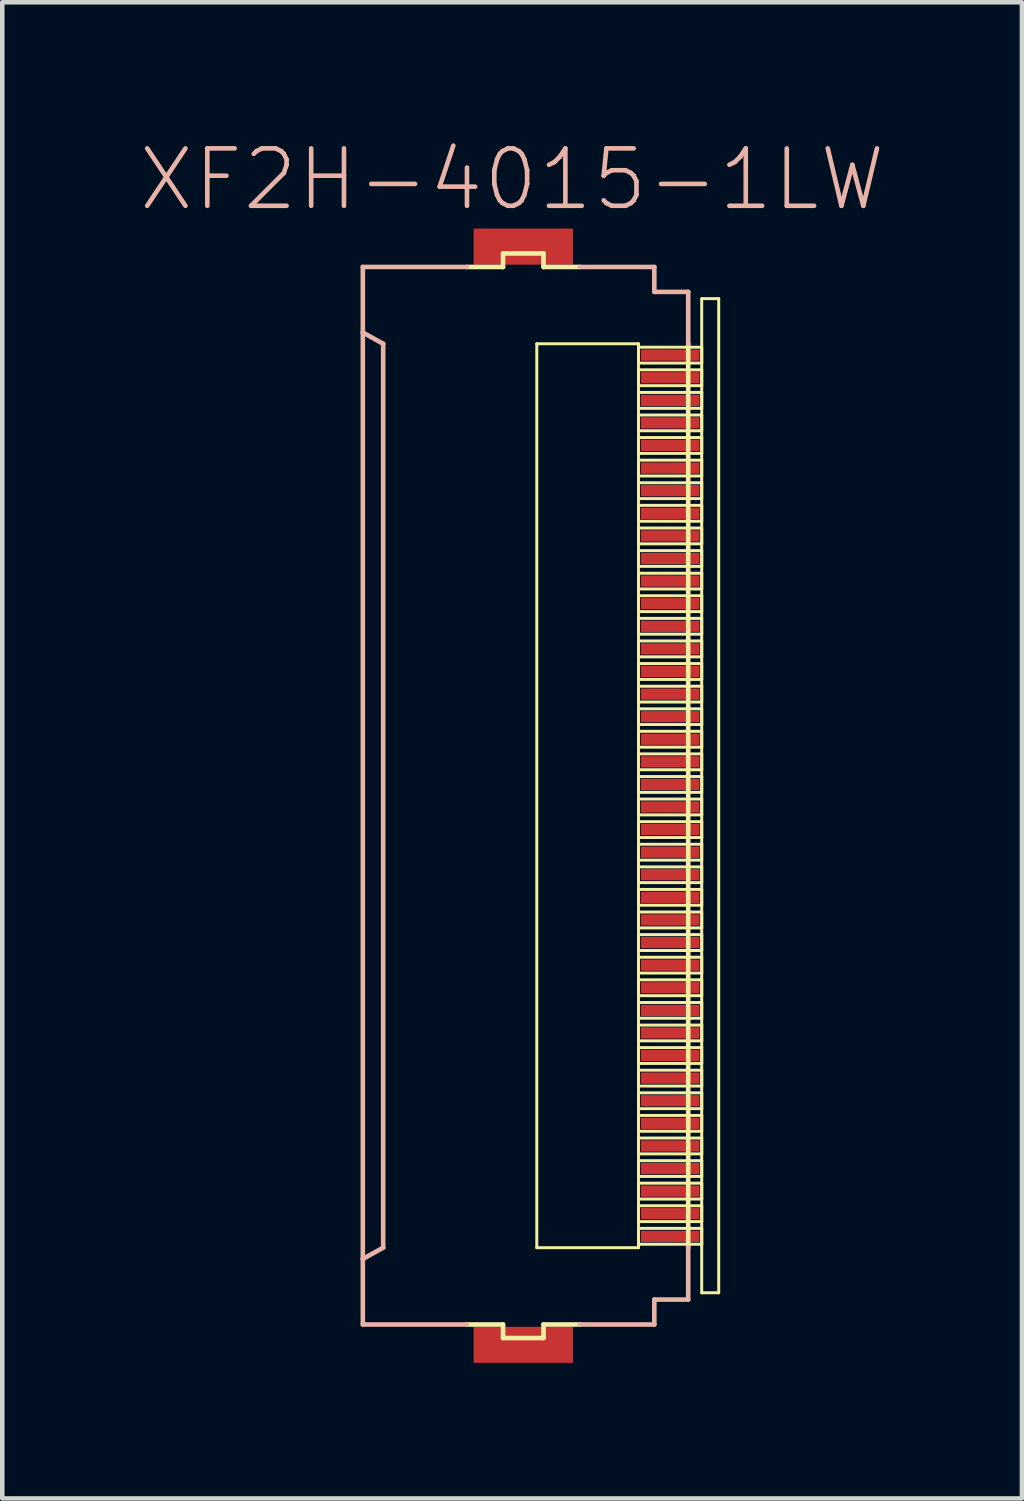
<source format=kicad_pcb>
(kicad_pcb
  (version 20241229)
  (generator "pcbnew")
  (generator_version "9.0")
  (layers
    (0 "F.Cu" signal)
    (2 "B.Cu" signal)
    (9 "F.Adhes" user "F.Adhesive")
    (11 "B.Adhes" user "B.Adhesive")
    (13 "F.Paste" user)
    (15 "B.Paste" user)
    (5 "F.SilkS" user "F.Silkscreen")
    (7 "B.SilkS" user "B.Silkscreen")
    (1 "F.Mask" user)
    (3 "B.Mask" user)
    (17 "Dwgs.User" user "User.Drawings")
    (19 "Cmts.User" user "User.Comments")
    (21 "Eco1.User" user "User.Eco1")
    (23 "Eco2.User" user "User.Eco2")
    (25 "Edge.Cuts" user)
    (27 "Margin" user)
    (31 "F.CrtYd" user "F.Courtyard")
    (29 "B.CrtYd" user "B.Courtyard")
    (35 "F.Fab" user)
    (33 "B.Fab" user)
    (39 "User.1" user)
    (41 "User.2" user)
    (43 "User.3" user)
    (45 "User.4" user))
  (footprint "XF2H-4015-1LW"
    (layer "F.Cu")
    (at 8.603 14.556)
    (property "Reference" "XF2H-4015-1LW" (at -0.323 -13.635 0) (layer "B.SilkS") (effects (font (size 1.27 1.27) (thickness 0.102))))
    (attr smd)
    (fp_line (start -1.323 -11.699) (end -0.523 -11.699) (stroke (width 0.102) (type solid)) (layer "F.SilkS"))
    (fp_line (start -0.523 -11.999) (end 0.373 -11.999) (stroke (width 0.102) (type solid)) (layer "F.SilkS"))
    (fp_line (start -0.523 -11.699) (end -0.523 -11.999) (stroke (width 0.102) (type solid)) (layer "F.SilkS"))
    (fp_line (start -0.523 11.699) (end -1.323 11.699) (stroke (width 0.102) (type solid)) (layer "F.SilkS"))
    (fp_line (start -0.523 11.999) (end -0.523 11.699) (stroke (width 0.102) (type solid)) (layer "F.SilkS"))
    (fp_line (start 0.224 -10) (end 2.474 -10) (stroke (width 0.066) (type solid)) (layer "F.SilkS"))
    (fp_line (start 0.224 10) (end 0.224 -10) (stroke (width 0.066) (type solid)) (layer "F.SilkS"))
    (fp_line (start 0.224 10) (end 2.474 10) (stroke (width 0.066) (type solid)) (layer "F.SilkS"))
    (fp_line (start 0.373 -11.999) (end 0.373 -11.699) (stroke (width 0.102) (type solid)) (layer "F.SilkS"))
    (fp_line (start 0.373 -11.699) (end 1.173 -11.699) (stroke (width 0.102) (type solid)) (layer "F.SilkS"))
    (fp_line (start 0.373 11.699) (end 0.373 11.999) (stroke (width 0.102) (type solid)) (layer "F.SilkS"))
    (fp_line (start 0.373 11.999) (end -0.523 11.999) (stroke (width 0.102) (type solid)) (layer "F.SilkS"))
    (fp_line (start 1.173 11.699) (end 0.373 11.699) (stroke (width 0.102) (type solid)) (layer "F.SilkS"))
    (fp_line (start 2.474 -9.924) (end 3.873 -9.924) (stroke (width 0.066) (type solid)) (layer "F.SilkS"))
    (fp_line (start 2.474 -9.573) (end 2.474 -9.924) (stroke (width 0.066) (type solid)) (layer "F.SilkS"))
    (fp_line (start 2.474 -9.573) (end 3.873 -9.573) (stroke (width 0.066) (type solid)) (layer "F.SilkS"))
    (fp_line (start 2.474 -9.423) (end 3.873 -9.423) (stroke (width 0.066) (type solid)) (layer "F.SilkS"))
    (fp_line (start 2.474 -9.073) (end 2.474 -9.423) (stroke (width 0.066) (type solid)) (layer "F.SilkS"))
    (fp_line (start 2.474 -9.073) (end 3.873 -9.073) (stroke (width 0.066) (type solid)) (layer "F.SilkS"))
    (fp_line (start 2.474 -8.923) (end 3.873 -8.923) (stroke (width 0.066) (type solid)) (layer "F.SilkS"))
    (fp_line (start 2.474 -8.572) (end 2.474 -8.923) (stroke (width 0.066) (type solid)) (layer "F.SilkS"))
    (fp_line (start 2.474 -8.572) (end 3.873 -8.572) (stroke (width 0.066) (type solid)) (layer "F.SilkS"))
    (fp_line (start 2.474 -8.423) (end 3.873 -8.423) (stroke (width 0.066) (type solid)) (layer "F.SilkS"))
    (fp_line (start 2.474 -8.075) (end 2.474 -8.423) (stroke (width 0.066) (type solid)) (layer "F.SilkS"))
    (fp_line (start 2.474 -8.075) (end 3.873 -8.075) (stroke (width 0.066) (type solid)) (layer "F.SilkS"))
    (fp_line (start 2.474 -7.925) (end 3.873 -7.925) (stroke (width 0.066) (type solid)) (layer "F.SilkS"))
    (fp_line (start 2.474 -7.574) (end 2.474 -7.925) (stroke (width 0.066) (type solid)) (layer "F.SilkS"))
    (fp_line (start 2.474 -7.574) (end 3.873 -7.574) (stroke (width 0.066) (type solid)) (layer "F.SilkS"))
    (fp_line (start 2.474 -7.424) (end 3.873 -7.424) (stroke (width 0.066) (type solid)) (layer "F.SilkS"))
    (fp_line (start 2.474 -7.074) (end 2.474 -7.424) (stroke (width 0.066) (type solid)) (layer "F.SilkS"))
    (fp_line (start 2.474 -7.074) (end 3.873 -7.074) (stroke (width 0.066) (type solid)) (layer "F.SilkS"))
    (fp_line (start 2.474 -6.924) (end 3.873 -6.924) (stroke (width 0.066) (type solid)) (layer "F.SilkS"))
    (fp_line (start 2.474 -6.574) (end 2.474 -6.924) (stroke (width 0.066) (type solid)) (layer "F.SilkS"))
    (fp_line (start 2.474 -6.574) (end 3.873 -6.574) (stroke (width 0.066) (type solid)) (layer "F.SilkS"))
    (fp_line (start 2.474 -6.424) (end 3.873 -6.424) (stroke (width 0.066) (type solid)) (layer "F.SilkS"))
    (fp_line (start 2.474 -6.073) (end 2.474 -6.424) (stroke (width 0.066) (type solid)) (layer "F.SilkS"))
    (fp_line (start 2.474 -6.073) (end 3.873 -6.073) (stroke (width 0.066) (type solid)) (layer "F.SilkS"))
    (fp_line (start 2.474 -5.923) (end 3.873 -5.923) (stroke (width 0.066) (type solid)) (layer "F.SilkS"))
    (fp_line (start 2.474 -5.573) (end 2.474 -5.923) (stroke (width 0.066) (type solid)) (layer "F.SilkS"))
    (fp_line (start 2.474 -5.573) (end 3.873 -5.573) (stroke (width 0.066) (type solid)) (layer "F.SilkS"))
    (fp_line (start 2.474 -5.423) (end 3.873 -5.423) (stroke (width 0.066) (type solid)) (layer "F.SilkS"))
    (fp_line (start 2.474 -5.075) (end 2.474 -5.423) (stroke (width 0.066) (type solid)) (layer "F.SilkS"))
    (fp_line (start 2.474 -5.075) (end 3.873 -5.075) (stroke (width 0.066) (type solid)) (layer "F.SilkS"))
    (fp_line (start 2.474 -4.923) (end 3.873 -4.923) (stroke (width 0.066) (type solid)) (layer "F.SilkS"))
    (fp_line (start 2.474 -4.575) (end 2.474 -4.923) (stroke (width 0.066) (type solid)) (layer "F.SilkS"))
    (fp_line (start 2.474 -4.575) (end 3.873 -4.575) (stroke (width 0.066) (type solid)) (layer "F.SilkS"))
    (fp_line (start 2.474 -4.425) (end 3.873 -4.425) (stroke (width 0.066) (type solid)) (layer "F.SilkS"))
    (fp_line (start 2.474 -4.074) (end 2.474 -4.425) (stroke (width 0.066) (type solid)) (layer "F.SilkS"))
    (fp_line (start 2.474 -4.074) (end 3.873 -4.074) (stroke (width 0.066) (type solid)) (layer "F.SilkS"))
    (fp_line (start 2.474 -3.924) (end 3.873 -3.924) (stroke (width 0.066) (type solid)) (layer "F.SilkS"))
    (fp_line (start 2.474 -3.574) (end 2.474 -3.924) (stroke (width 0.066) (type solid)) (layer "F.SilkS"))
    (fp_line (start 2.474 -3.574) (end 3.873 -3.574) (stroke (width 0.066) (type solid)) (layer "F.SilkS"))
    (fp_line (start 2.474 -3.424) (end 3.873 -3.424) (stroke (width 0.066) (type solid)) (layer "F.SilkS"))
    (fp_line (start 2.474 -3.073) (end 2.474 -3.424) (stroke (width 0.066) (type solid)) (layer "F.SilkS"))
    (fp_line (start 2.474 -3.073) (end 3.873 -3.073) (stroke (width 0.066) (type solid)) (layer "F.SilkS"))
    (fp_line (start 2.474 -2.924) (end 3.873 -2.924) (stroke (width 0.066) (type solid)) (layer "F.SilkS"))
    (fp_line (start 2.474 -2.573) (end 2.474 -2.924) (stroke (width 0.066) (type solid)) (layer "F.SilkS"))
    (fp_line (start 2.474 -2.573) (end 3.873 -2.573) (stroke (width 0.066) (type solid)) (layer "F.SilkS"))
    (fp_line (start 2.474 -2.423) (end 3.873 -2.423) (stroke (width 0.066) (type solid)) (layer "F.SilkS"))
    (fp_line (start 2.474 -2.073) (end 2.474 -2.423) (stroke (width 0.066) (type solid)) (layer "F.SilkS"))
    (fp_line (start 2.474 -2.073) (end 3.873 -2.073) (stroke (width 0.066) (type solid)) (layer "F.SilkS"))
    (fp_line (start 2.474 -1.923) (end 3.873 -1.923) (stroke (width 0.066) (type solid)) (layer "F.SilkS"))
    (fp_line (start 2.474 -1.575) (end 2.474 -1.923) (stroke (width 0.066) (type solid)) (layer "F.SilkS"))
    (fp_line (start 2.474 -1.575) (end 3.873 -1.575) (stroke (width 0.066) (type solid)) (layer "F.SilkS"))
    (fp_line (start 2.474 -1.425) (end 3.873 -1.425) (stroke (width 0.066) (type solid)) (layer "F.SilkS"))
    (fp_line (start 2.474 -1.074) (end 2.474 -1.425) (stroke (width 0.066) (type solid)) (layer "F.SilkS"))
    (fp_line (start 2.474 -1.074) (end 3.873 -1.074) (stroke (width 0.066) (type solid)) (layer "F.SilkS"))
    (fp_line (start 2.474 -0.925) (end 3.873 -0.925) (stroke (width 0.066) (type solid)) (layer "F.SilkS"))
    (fp_line (start 2.474 -0.574) (end 2.474 -0.925) (stroke (width 0.066) (type solid)) (layer "F.SilkS"))
    (fp_line (start 2.474 -0.574) (end 3.873 -0.574) (stroke (width 0.066) (type solid)) (layer "F.SilkS"))
    (fp_line (start 2.474 -0.424) (end 3.873 -0.424) (stroke (width 0.066) (type solid)) (layer "F.SilkS"))
    (fp_line (start 2.474 -0.074) (end 2.474 -0.424) (stroke (width 0.066) (type solid)) (layer "F.SilkS"))
    (fp_line (start 2.474 -0.074) (end 3.873 -0.074) (stroke (width 0.066) (type solid)) (layer "F.SilkS"))
    (fp_line (start 2.474 0.074) (end 3.873 0.074) (stroke (width 0.066) (type solid)) (layer "F.SilkS"))
    (fp_line (start 2.474 0.424) (end 2.474 0.074) (stroke (width 0.066) (type solid)) (layer "F.SilkS"))
    (fp_line (start 2.474 0.424) (end 3.873 0.424) (stroke (width 0.066) (type solid)) (layer "F.SilkS"))
    (fp_line (start 2.474 0.574) (end 3.873 0.574) (stroke (width 0.066) (type solid)) (layer "F.SilkS"))
    (fp_line (start 2.474 0.925) (end 2.474 0.574) (stroke (width 0.066) (type solid)) (layer "F.SilkS"))
    (fp_line (start 2.474 0.925) (end 3.873 0.925) (stroke (width 0.066) (type solid)) (layer "F.SilkS"))
    (fp_line (start 2.474 1.074) (end 3.873 1.074) (stroke (width 0.066) (type solid)) (layer "F.SilkS"))
    (fp_line (start 2.474 1.425) (end 2.474 1.074) (stroke (width 0.066) (type solid)) (layer "F.SilkS"))
    (fp_line (start 2.474 1.425) (end 3.873 1.425) (stroke (width 0.066) (type solid)) (layer "F.SilkS"))
    (fp_line (start 2.474 1.575) (end 3.873 1.575) (stroke (width 0.066) (type solid)) (layer "F.SilkS"))
    (fp_line (start 2.474 1.923) (end 2.474 1.575) (stroke (width 0.066) (type solid)) (layer "F.SilkS"))
    (fp_line (start 2.474 1.923) (end 3.873 1.923) (stroke (width 0.066) (type solid)) (layer "F.SilkS"))
    (fp_line (start 2.474 2.073) (end 3.873 2.073) (stroke (width 0.066) (type solid)) (layer "F.SilkS"))
    (fp_line (start 2.474 2.423) (end 2.474 2.073) (stroke (width 0.066) (type solid)) (layer "F.SilkS"))
    (fp_line (start 2.474 2.423) (end 3.873 2.423) (stroke (width 0.066) (type solid)) (layer "F.SilkS"))
    (fp_line (start 2.474 2.573) (end 3.873 2.573) (stroke (width 0.066) (type solid)) (layer "F.SilkS"))
    (fp_line (start 2.474 2.924) (end 2.474 2.573) (stroke (width 0.066) (type solid)) (layer "F.SilkS"))
    (fp_line (start 2.474 2.924) (end 3.873 2.924) (stroke (width 0.066) (type solid)) (layer "F.SilkS"))
    (fp_line (start 2.474 3.073) (end 3.873 3.073) (stroke (width 0.066) (type solid)) (layer "F.SilkS"))
    (fp_line (start 2.474 3.424) (end 2.474 3.073) (stroke (width 0.066) (type solid)) (layer "F.SilkS"))
    (fp_line (start 2.474 3.424) (end 3.873 3.424) (stroke (width 0.066) (type solid)) (layer "F.SilkS"))
    (fp_line (start 2.474 3.574) (end 3.873 3.574) (stroke (width 0.066) (type solid)) (layer "F.SilkS"))
    (fp_line (start 2.474 3.924) (end 2.474 3.574) (stroke (width 0.066) (type solid)) (layer "F.SilkS"))
    (fp_line (start 2.474 3.924) (end 3.873 3.924) (stroke (width 0.066) (type solid)) (layer "F.SilkS"))
    (fp_line (start 2.474 4.074) (end 3.873 4.074) (stroke (width 0.066) (type solid)) (layer "F.SilkS"))
    (fp_line (start 2.474 4.425) (end 2.474 4.074) (stroke (width 0.066) (type solid)) (layer "F.SilkS"))
    (fp_line (start 2.474 4.425) (end 3.873 4.425) (stroke (width 0.066) (type solid)) (layer "F.SilkS"))
    (fp_line (start 2.474 4.575) (end 3.873 4.575) (stroke (width 0.066) (type solid)) (layer "F.SilkS"))
    (fp_line (start 2.474 4.923) (end 2.474 4.575) (stroke (width 0.066) (type solid)) (layer "F.SilkS"))
    (fp_line (start 2.474 4.923) (end 3.873 4.923) (stroke (width 0.066) (type solid)) (layer "F.SilkS"))
    (fp_line (start 2.474 5.075) (end 3.873 5.075) (stroke (width 0.066) (type solid)) (layer "F.SilkS"))
    (fp_line (start 2.474 5.423) (end 2.474 5.075) (stroke (width 0.066) (type solid)) (layer "F.SilkS"))
    (fp_line (start 2.474 5.423) (end 3.873 5.423) (stroke (width 0.066) (type solid)) (layer "F.SilkS"))
    (fp_line (start 2.474 5.573) (end 3.873 5.573) (stroke (width 0.066) (type solid)) (layer "F.SilkS"))
    (fp_line (start 2.474 5.923) (end 2.474 5.573) (stroke (width 0.066) (type solid)) (layer "F.SilkS"))
    (fp_line (start 2.474 5.923) (end 3.873 5.923) (stroke (width 0.066) (type solid)) (layer "F.SilkS"))
    (fp_line (start 2.474 6.073) (end 3.873 6.073) (stroke (width 0.066) (type solid)) (layer "F.SilkS"))
    (fp_line (start 2.474 6.424) (end 2.474 6.073) (stroke (width 0.066) (type solid)) (layer "F.SilkS"))
    (fp_line (start 2.474 6.424) (end 3.873 6.424) (stroke (width 0.066) (type solid)) (layer "F.SilkS"))
    (fp_line (start 2.474 6.574) (end 3.873 6.574) (stroke (width 0.066) (type solid)) (layer "F.SilkS"))
    (fp_line (start 2.474 6.924) (end 2.474 6.574) (stroke (width 0.066) (type solid)) (layer "F.SilkS"))
    (fp_line (start 2.474 6.924) (end 3.873 6.924) (stroke (width 0.066) (type solid)) (layer "F.SilkS"))
    (fp_line (start 2.474 7.074) (end 3.873 7.074) (stroke (width 0.066) (type solid)) (layer "F.SilkS"))
    (fp_line (start 2.474 7.424) (end 2.474 7.074) (stroke (width 0.066) (type solid)) (layer "F.SilkS"))
    (fp_line (start 2.474 7.424) (end 3.873 7.424) (stroke (width 0.066) (type solid)) (layer "F.SilkS"))
    (fp_line (start 2.474 7.574) (end 3.873 7.574) (stroke (width 0.066) (type solid)) (layer "F.SilkS"))
    (fp_line (start 2.474 7.925) (end 2.474 7.574) (stroke (width 0.066) (type solid)) (layer "F.SilkS"))
    (fp_line (start 2.474 7.925) (end 3.873 7.925) (stroke (width 0.066) (type solid)) (layer "F.SilkS"))
    (fp_line (start 2.474 8.075) (end 3.873 8.075) (stroke (width 0.066) (type solid)) (layer "F.SilkS"))
    (fp_line (start 2.474 8.423) (end 2.474 8.075) (stroke (width 0.066) (type solid)) (layer "F.SilkS"))
    (fp_line (start 2.474 8.423) (end 3.873 8.423) (stroke (width 0.066) (type solid)) (layer "F.SilkS"))
    (fp_line (start 2.474 8.572) (end 3.873 8.572) (stroke (width 0.066) (type solid)) (layer "F.SilkS"))
    (fp_line (start 2.474 8.923) (end 2.474 8.572) (stroke (width 0.066) (type solid)) (layer "F.SilkS"))
    (fp_line (start 2.474 8.923) (end 3.873 8.923) (stroke (width 0.066) (type solid)) (layer "F.SilkS"))
    (fp_line (start 2.474 9.073) (end 3.873 9.073) (stroke (width 0.066) (type solid)) (layer "F.SilkS"))
    (fp_line (start 2.474 9.423) (end 2.474 9.073) (stroke (width 0.066) (type solid)) (layer "F.SilkS"))
    (fp_line (start 2.474 9.423) (end 3.873 9.423) (stroke (width 0.066) (type solid)) (layer "F.SilkS"))
    (fp_line (start 2.474 9.573) (end 3.873 9.573) (stroke (width 0.066) (type solid)) (layer "F.SilkS"))
    (fp_line (start 2.474 9.924) (end 2.474 9.573) (stroke (width 0.066) (type solid)) (layer "F.SilkS"))
    (fp_line (start 2.474 9.924) (end 3.873 9.924) (stroke (width 0.066) (type solid)) (layer "F.SilkS"))
    (fp_line (start 2.474 10) (end 2.474 -10) (stroke (width 0.066) (type solid)) (layer "F.SilkS"))
    (fp_line (start 3.574 -10) (end 3.574 10) (stroke (width 0.102) (type solid)) (layer "F.SilkS"))
    (fp_line (start 3.873 -10.998) (end 4.249 -10.998) (stroke (width 0.066) (type solid)) (layer "F.SilkS"))
    (fp_line (start 3.873 -9.573) (end 3.873 -9.924) (stroke (width 0.066) (type solid)) (layer "F.SilkS"))
    (fp_line (start 3.873 -9.073) (end 3.873 -9.423) (stroke (width 0.066) (type solid)) (layer "F.SilkS"))
    (fp_line (start 3.873 -8.572) (end 3.873 -8.923) (stroke (width 0.066) (type solid)) (layer "F.SilkS"))
    (fp_line (start 3.873 -8.075) (end 3.873 -8.423) (stroke (width 0.066) (type solid)) (layer "F.SilkS"))
    (fp_line (start 3.873 -7.574) (end 3.873 -7.925) (stroke (width 0.066) (type solid)) (layer "F.SilkS"))
    (fp_line (start 3.873 -7.074) (end 3.873 -7.424) (stroke (width 0.066) (type solid)) (layer "F.SilkS"))
    (fp_line (start 3.873 -6.574) (end 3.873 -6.924) (stroke (width 0.066) (type solid)) (layer "F.SilkS"))
    (fp_line (start 3.873 -6.073) (end 3.873 -6.424) (stroke (width 0.066) (type solid)) (layer "F.SilkS"))
    (fp_line (start 3.873 -5.573) (end 3.873 -5.923) (stroke (width 0.066) (type solid)) (layer "F.SilkS"))
    (fp_line (start 3.873 -5.075) (end 3.873 -5.423) (stroke (width 0.066) (type solid)) (layer "F.SilkS"))
    (fp_line (start 3.873 -4.575) (end 3.873 -4.923) (stroke (width 0.066) (type solid)) (layer "F.SilkS"))
    (fp_line (start 3.873 -4.074) (end 3.873 -4.425) (stroke (width 0.066) (type solid)) (layer "F.SilkS"))
    (fp_line (start 3.873 -3.574) (end 3.873 -3.924) (stroke (width 0.066) (type solid)) (layer "F.SilkS"))
    (fp_line (start 3.873 -3.073) (end 3.873 -3.424) (stroke (width 0.066) (type solid)) (layer "F.SilkS"))
    (fp_line (start 3.873 -2.573) (end 3.873 -2.924) (stroke (width 0.066) (type solid)) (layer "F.SilkS"))
    (fp_line (start 3.873 -2.073) (end 3.873 -2.423) (stroke (width 0.066) (type solid)) (layer "F.SilkS"))
    (fp_line (start 3.873 -1.575) (end 3.873 -1.923) (stroke (width 0.066) (type solid)) (layer "F.SilkS"))
    (fp_line (start 3.873 -1.074) (end 3.873 -1.425) (stroke (width 0.066) (type solid)) (layer "F.SilkS"))
    (fp_line (start 3.873 -0.574) (end 3.873 -0.925) (stroke (width 0.066) (type solid)) (layer "F.SilkS"))
    (fp_line (start 3.873 -0.074) (end 3.873 -0.424) (stroke (width 0.066) (type solid)) (layer "F.SilkS"))
    (fp_line (start 3.873 0.424) (end 3.873 0.074) (stroke (width 0.066) (type solid)) (layer "F.SilkS"))
    (fp_line (start 3.873 0.925) (end 3.873 0.574) (stroke (width 0.066) (type solid)) (layer "F.SilkS"))
    (fp_line (start 3.873 1.425) (end 3.873 1.074) (stroke (width 0.066) (type solid)) (layer "F.SilkS"))
    (fp_line (start 3.873 1.923) (end 3.873 1.575) (stroke (width 0.066) (type solid)) (layer "F.SilkS"))
    (fp_line (start 3.873 2.423) (end 3.873 2.073) (stroke (width 0.066) (type solid)) (layer "F.SilkS"))
    (fp_line (start 3.873 2.924) (end 3.873 2.573) (stroke (width 0.066) (type solid)) (layer "F.SilkS"))
    (fp_line (start 3.873 3.424) (end 3.873 3.073) (stroke (width 0.066) (type solid)) (layer "F.SilkS"))
    (fp_line (start 3.873 3.924) (end 3.873 3.574) (stroke (width 0.066) (type solid)) (layer "F.SilkS"))
    (fp_line (start 3.873 4.425) (end 3.873 4.074) (stroke (width 0.066) (type solid)) (layer "F.SilkS"))
    (fp_line (start 3.873 4.923) (end 3.873 4.575) (stroke (width 0.066) (type solid)) (layer "F.SilkS"))
    (fp_line (start 3.873 5.423) (end 3.873 5.075) (stroke (width 0.066) (type solid)) (layer "F.SilkS"))
    (fp_line (start 3.873 5.923) (end 3.873 5.573) (stroke (width 0.066) (type solid)) (layer "F.SilkS"))
    (fp_line (start 3.873 6.424) (end 3.873 6.073) (stroke (width 0.066) (type solid)) (layer "F.SilkS"))
    (fp_line (start 3.873 6.924) (end 3.873 6.574) (stroke (width 0.066) (type solid)) (layer "F.SilkS"))
    (fp_line (start 3.873 7.424) (end 3.873 7.074) (stroke (width 0.066) (type solid)) (layer "F.SilkS"))
    (fp_line (start 3.873 7.925) (end 3.873 7.574) (stroke (width 0.066) (type solid)) (layer "F.SilkS"))
    (fp_line (start 3.873 8.423) (end 3.873 8.075) (stroke (width 0.066) (type solid)) (layer "F.SilkS"))
    (fp_line (start 3.873 8.923) (end 3.873 8.572) (stroke (width 0.066) (type solid)) (layer "F.SilkS"))
    (fp_line (start 3.873 9.423) (end 3.873 9.073) (stroke (width 0.066) (type solid)) (layer "F.SilkS"))
    (fp_line (start 3.873 9.924) (end 3.873 9.573) (stroke (width 0.066) (type solid)) (layer "F.SilkS"))
    (fp_line (start 3.873 10.998) (end 3.873 -10.998) (stroke (width 0.066) (type solid)) (layer "F.SilkS"))
    (fp_line (start 3.873 10.998) (end 4.249 10.998) (stroke (width 0.066) (type solid)) (layer "F.SilkS"))
    (fp_line (start 4.249 10.998) (end 4.249 -10.998) (stroke (width 0.066) (type solid)) (layer "F.SilkS"))
    (fp_line (start -3.625 -11.699) (end -1.323 -11.699) (stroke (width 0.102) (type solid)) (layer "B.SilkS"))
    (fp_line (start -3.625 -10.249) (end -3.625 -11.699) (stroke (width 0.102) (type solid)) (layer "B.SilkS"))
    (fp_line (start -3.625 -10.249) (end -3.625 10.249) (stroke (width 0.102) (type solid)) (layer "B.SilkS"))
    (fp_line (start -3.625 10.249) (end -3.175 10) (stroke (width 0.102) (type solid)) (layer "B.SilkS"))
    (fp_line (start -3.625 11.699) (end -3.625 10.249) (stroke (width 0.102) (type solid)) (layer "B.SilkS"))
    (fp_line (start -3.175 -10) (end -3.625 -10.249) (stroke (width 0.102) (type solid)) (layer "B.SilkS"))
    (fp_line (start -3.175 10) (end -3.175 -10) (stroke (width 0.102) (type solid)) (layer "B.SilkS"))
    (fp_line (start -1.323 11.699) (end -3.625 11.699) (stroke (width 0.102) (type solid)) (layer "B.SilkS"))
    (fp_line (start 1.173 -11.699) (end 2.824 -11.699) (stroke (width 0.102) (type solid)) (layer "B.SilkS"))
    (fp_line (start 1.173 11.699) (end 2.824 11.699) (stroke (width 0.102) (type solid)) (layer "B.SilkS"))
    (fp_line (start 2.824 -11.699) (end 2.824 -11.148) (stroke (width 0.102) (type solid)) (layer "B.SilkS"))
    (fp_line (start 2.824 -11.148) (end 3.574 -11.148) (stroke (width 0.102) (type solid)) (layer "B.SilkS"))
    (fp_line (start 2.824 11.148) (end 2.824 11.699) (stroke (width 0.102) (type solid)) (layer "B.SilkS"))
    (fp_line (start 2.824 11.148) (end 3.574 11.148) (stroke (width 0.102) (type solid)) (layer "B.SilkS"))
    (fp_line (start 3.574 -11.148) (end 3.574 -10) (stroke (width 0.102) (type solid)) (layer "B.SilkS"))
    (fp_line (start 3.574 10) (end 3.574 11.148) (stroke (width 0.102) (type solid)) (layer "B.SilkS"))
    (pad "1" smd rect (at 3.175 -9.749) (size 1.298 0.249) (layers "F.Cu" "F.Mask" "F.Paste"))
    (pad "2" smd rect (at 3.175 -9.248) (size 1.298 0.249) (layers "F.Cu" "F.Mask" "F.Paste"))
    (pad "3" smd rect (at 3.175 -8.748) (size 1.298 0.249) (layers "F.Cu" "F.Mask" "F.Paste"))
    (pad "4" smd rect (at 3.175 -8.25) (size 1.298 0.249) (layers "F.Cu" "F.Mask" "F.Paste"))
    (pad "5" smd rect (at 3.175 -7.75) (size 1.298 0.249) (layers "F.Cu" "F.Mask" "F.Paste"))
    (pad "6" smd rect (at 3.175 -7.249) (size 1.298 0.249) (layers "F.Cu" "F.Mask" "F.Paste"))
    (pad "7" smd rect (at 3.175 -6.749) (size 1.298 0.249) (layers "F.Cu" "F.Mask" "F.Paste"))
    (pad "8" smd rect (at 3.175 -6.248) (size 1.298 0.249) (layers "F.Cu" "F.Mask" "F.Paste"))
    (pad "9" smd rect (at 3.175 -5.748) (size 1.298 0.249) (layers "F.Cu" "F.Mask" "F.Paste"))
    (pad "10" smd rect (at 3.175 -5.248) (size 1.298 0.249) (layers "F.Cu" "F.Mask" "F.Paste"))
    (pad "11" smd rect (at 3.175 -4.75) (size 1.298 0.249) (layers "F.Cu" "F.Mask" "F.Paste"))
    (pad "12" smd rect (at 3.175 -4.249) (size 1.298 0.249) (layers "F.Cu" "F.Mask" "F.Paste"))
    (pad "13" smd rect (at 3.175 -3.749) (size 1.298 0.249) (layers "F.Cu" "F.Mask" "F.Paste"))
    (pad "14" smd rect (at 3.175 -3.249) (size 1.298 0.249) (layers "F.Cu" "F.Mask" "F.Paste"))
    (pad "15" smd rect (at 3.175 -2.748) (size 1.298 0.249) (layers "F.Cu" "F.Mask" "F.Paste"))
    (pad "16" smd rect (at 3.175 -2.248) (size 1.298 0.249) (layers "F.Cu" "F.Mask" "F.Paste"))
    (pad "17" smd rect (at 3.175 -1.748) (size 1.298 0.249) (layers "F.Cu" "F.Mask" "F.Paste"))
    (pad "18" smd rect (at 3.175 -1.25) (size 1.298 0.249) (layers "F.Cu" "F.Mask" "F.Paste"))
    (pad "19" smd rect (at 3.175 -0.749) (size 1.298 0.249) (layers "F.Cu" "F.Mask" "F.Paste"))
    (pad "20" smd rect (at 3.175 -0.249) (size 1.298 0.249) (layers "F.Cu" "F.Mask" "F.Paste"))
    (pad "21" smd rect (at 3.175 0.249) (size 1.298 0.249) (layers "F.Cu" "F.Mask" "F.Paste"))
    (pad "22" smd rect (at 3.175 0.749) (size 1.298 0.249) (layers "F.Cu" "F.Mask" "F.Paste"))
    (pad "23" smd rect (at 3.175 1.25) (size 1.298 0.249) (layers "F.Cu" "F.Mask" "F.Paste"))
    (pad "24" smd rect (at 3.175 1.748) (size 1.298 0.249) (layers "F.Cu" "F.Mask" "F.Paste"))
    (pad "25" smd rect (at 3.175 2.248) (size 1.298 0.249) (layers "F.Cu" "F.Mask" "F.Paste"))
    (pad "26" smd rect (at 3.175 2.748) (size 1.298 0.249) (layers "F.Cu" "F.Mask" "F.Paste"))
    (pad "27" smd rect (at 3.175 3.249) (size 1.298 0.249) (layers "F.Cu" "F.Mask" "F.Paste"))
    (pad "28" smd rect (at 3.175 3.749) (size 1.298 0.249) (layers "F.Cu" "F.Mask" "F.Paste"))
    (pad "29" smd rect (at 3.175 4.249) (size 1.298 0.249) (layers "F.Cu" "F.Mask" "F.Paste"))
    (pad "30" smd rect (at 3.175 4.75) (size 1.298 0.249) (layers "F.Cu" "F.Mask" "F.Paste"))
    (pad "31" smd rect (at 3.175 5.248) (size 1.298 0.249) (layers "F.Cu" "F.Mask" "F.Paste"))
    (pad "32" smd rect (at 3.175 5.748) (size 1.298 0.249) (layers "F.Cu" "F.Mask" "F.Paste"))
    (pad "33" smd rect (at 3.175 6.248) (size 1.298 0.249) (layers "F.Cu" "F.Mask" "F.Paste"))
    (pad "34" smd rect (at 3.175 6.749) (size 1.298 0.249) (layers "F.Cu" "F.Mask" "F.Paste"))
    (pad "35" smd rect (at 3.175 7.249) (size 1.298 0.249) (layers "F.Cu" "F.Mask" "F.Paste"))
    (pad "36" smd rect (at 3.175 7.75) (size 1.298 0.249) (layers "F.Cu" "F.Mask" "F.Paste"))
    (pad "37" smd rect (at 3.175 8.25) (size 1.298 0.249) (layers "F.Cu" "F.Mask" "F.Paste"))
    (pad "38" smd rect (at 3.175 8.748) (size 1.298 0.249) (layers "F.Cu" "F.Mask" "F.Paste"))
    (pad "39" smd rect (at 3.175 9.248) (size 1.298 0.249) (layers "F.Cu" "F.Mask" "F.Paste"))
    (pad "40" smd rect (at 3.175 9.749) (size 1.298 0.249) (layers "F.Cu" "F.Mask" "F.Paste"))
    (pad "M1" smd rect (at -0.074 -12.149) (size 2.2 0.798) (layers "F.Cu" "F.Mask" "F.Paste"))
    (pad "M2" smd rect (at -0.074 12.149) (size 2.2 0.798) (layers "F.Cu" "F.Mask" "F.Paste")))
  (gr_rect
    (start -3 -3)
    (end 19.561 30.104)
    (stroke (width 0.1) (type default))
    (fill no)
    (layer "Edge.Cuts")))
</source>
